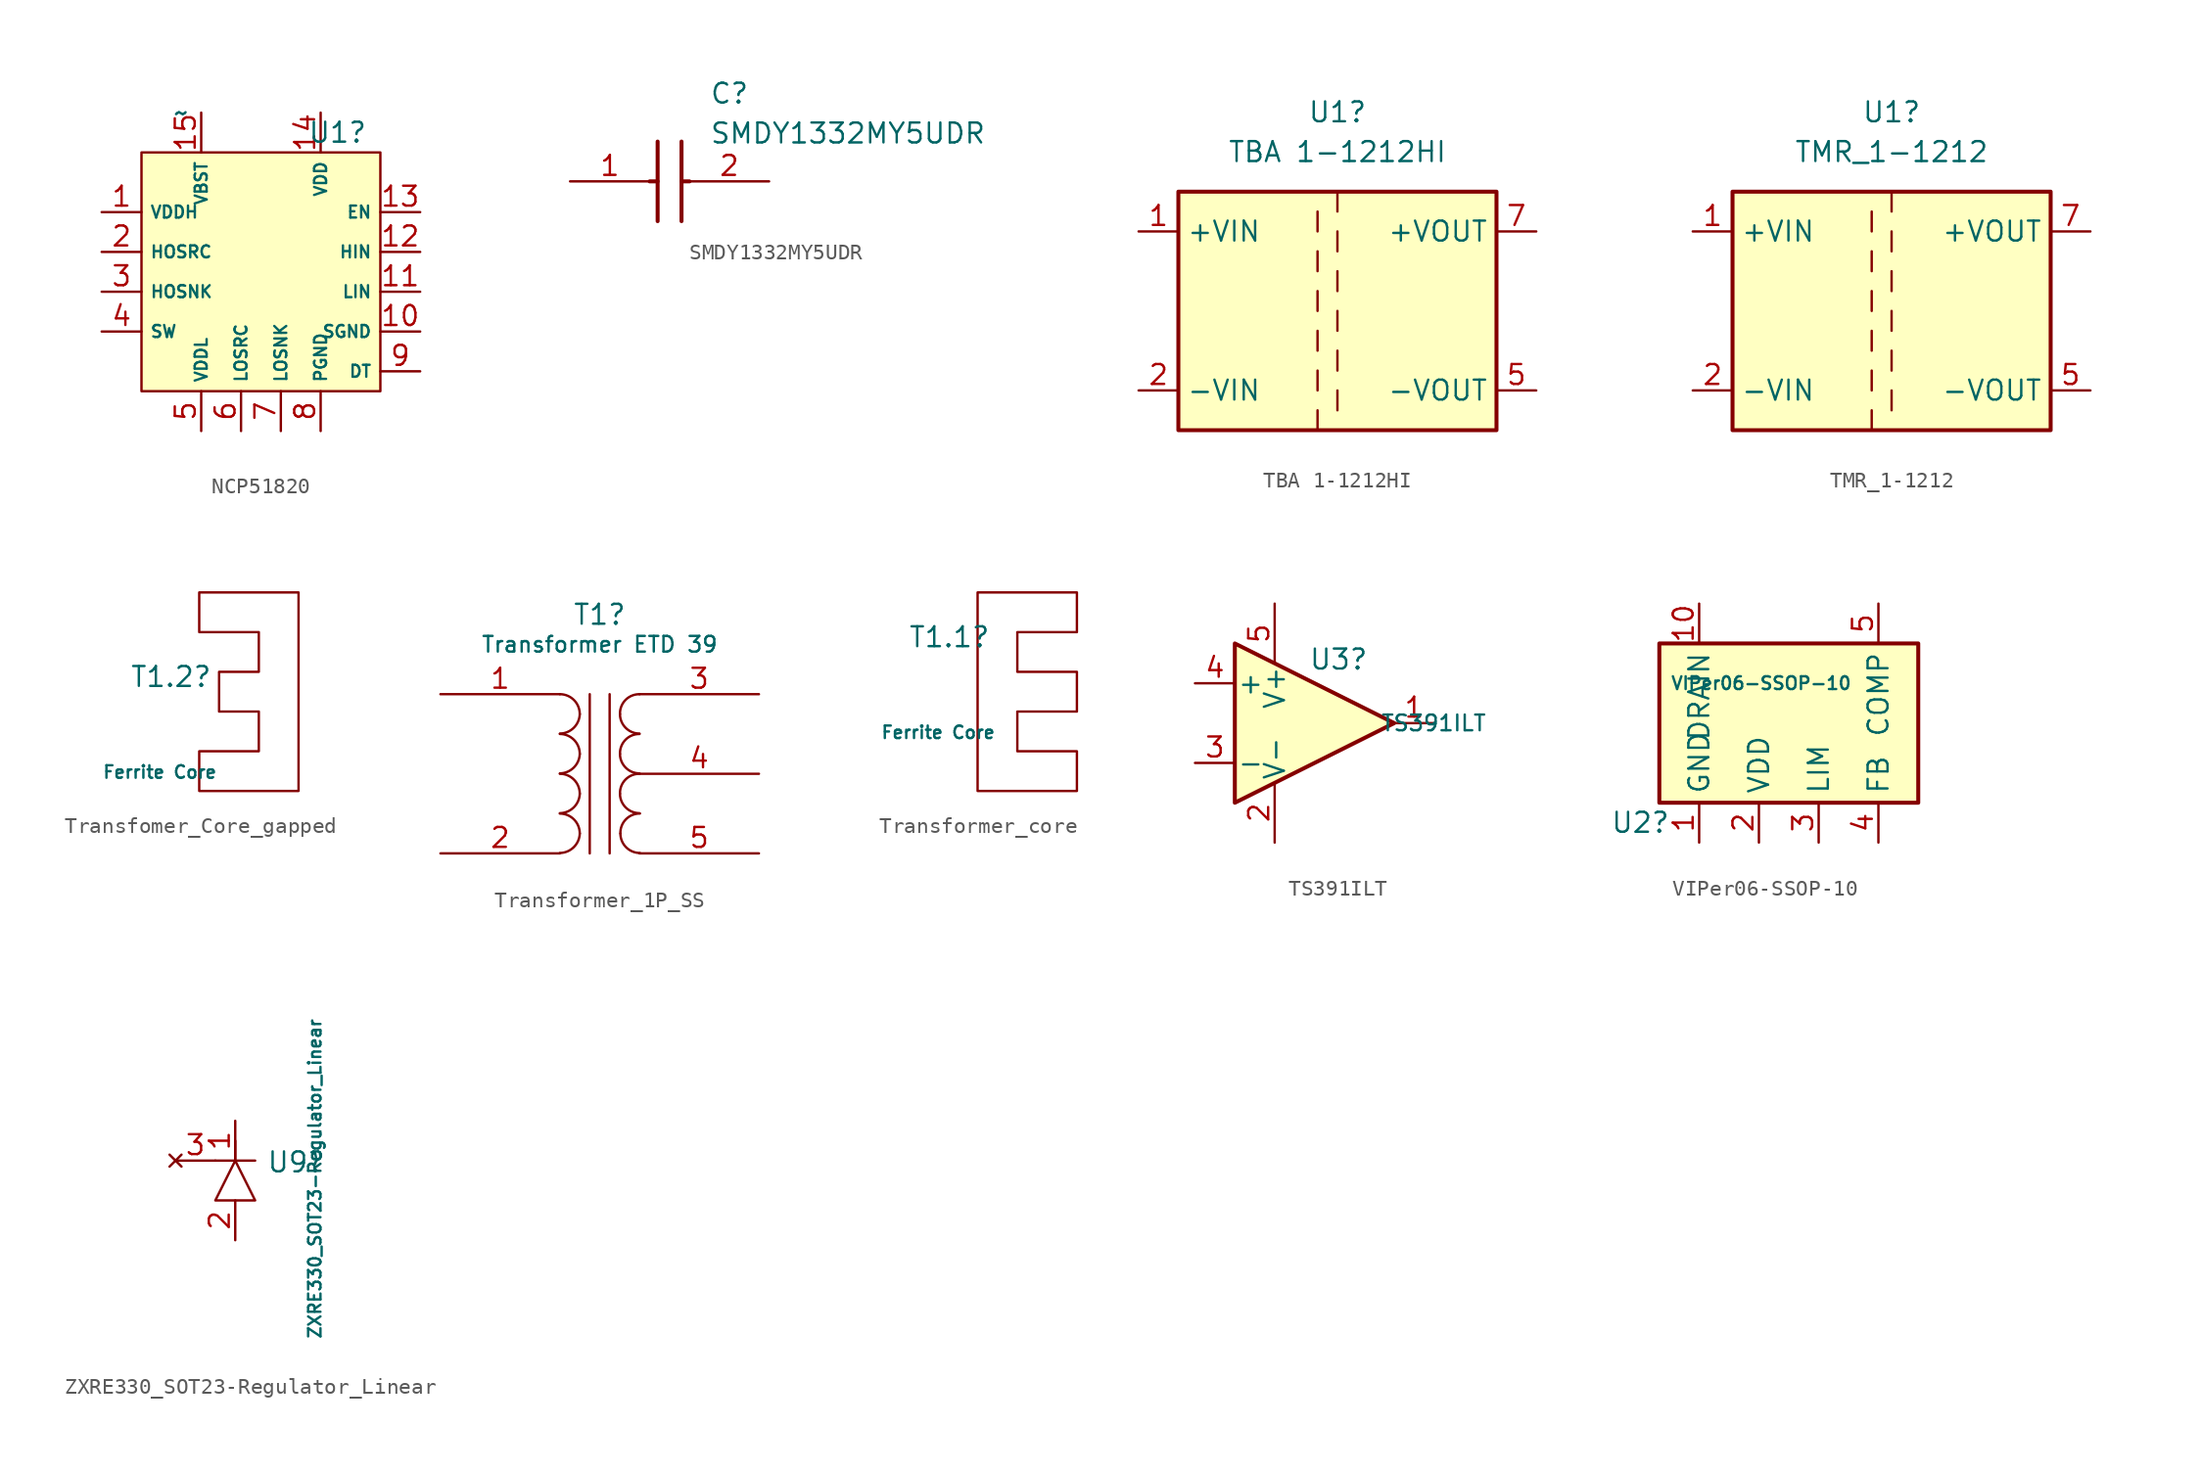
<source format=kicad_sym>
(kicad_symbol_lib
  (version 20231120)
  (generator "kicad_symbol_editor")
  (generator_version "8.0")
  (symbol "NCP51820"
    (property "Reference" "U1"
      (at 8.052 -5.08 0)
      (effects (font (size 1.27 1.27)) (justify left)))
    (property "Value" "~"
      (at 0 -3.81 0)
      (effects (font (size 1.27 1.27))))
    (symbol "NCP51820_1_1"
      (rectangle (start -2.54 -6.35) (end 12.7 -21.59) (stroke (width 0) (type default)) (fill (type background)))
      (pin input line (at -5.08 -10.16 0) (length 2.54) (name "VDDH" (effects (font (size 0.762 0.762)))) (number "1" (effects (font (size 1.27 1.27)))))
      (pin input line (at 15.24 -17.78 180) (length 2.54) (name "SGND" (effects (font (size 0.762 0.762)))) (number "10" (effects (font (size 1.27 1.27)))))
      (pin input line (at 15.24 -15.24 180) (length 2.54) (name "LIN" (effects (font (size 0.762 0.762)))) (number "11" (effects (font (size 1.27 1.27)))))
      (pin input line (at 15.24 -12.7 180) (length 2.54) (name "HIN" (effects (font (size 0.762 0.762)))) (number "12" (effects (font (size 1.27 1.27)))))
      (pin input line (at 15.24 -10.16 180) (length 2.54) (name "EN" (effects (font (size 0.762 0.762)))) (number "13" (effects (font (size 1.27 1.27)))))
      (pin input line (at 8.89 -3.81 270) (length 2.54) (name "VDD" (effects (font (size 0.762 0.762)))) (number "14" (effects (font (size 1.27 1.27)))))
      (pin input line (at 1.27 -3.81 270) (length 2.54) (name "VBST" (effects (font (size 0.762 0.762)))) (number "15" (effects (font (size 1.27 1.27)))))
      (pin output line (at -5.08 -12.7 0) (length 2.54) (name "HOSRC" (effects (font (size 0.762 0.762)))) (number "2" (effects (font (size 1.27 1.27)))))
      (pin output line (at -5.08 -15.24 0) (length 2.54) (name "HOSNK" (effects (font (size 0.762 0.762)))) (number "3" (effects (font (size 1.27 1.27)))))
      (pin bidirectional line (at -5.08 -17.78 0) (length 2.54) (name "SW" (effects (font (size 0.762 0.762)))) (number "4" (effects (font (size 1.27 1.27)))))
      (pin bidirectional line (at 1.27 -24.13 90) (length 2.54) (name "VDDL" (effects (font (size 0.762 0.762)))) (number "5" (effects (font (size 1.27 1.27)))))
      (pin bidirectional line (at 3.81 -24.13 90) (length 2.54) (name "LOSRC" (effects (font (size 0.762 0.762)))) (number "6" (effects (font (size 1.27 1.27)))))
      (pin bidirectional line (at 6.35 -24.13 90) (length 2.54) (name "LOSNK" (effects (font (size 0.762 0.762)))) (number "7" (effects (font (size 1.27 1.27)))))
      (pin bidirectional line (at 8.89 -24.13 90) (length 2.54) (name "PGND" (effects (font (size 0.762 0.762)))) (number "8" (effects (font (size 1.27 1.27)))))
      (pin input line (at 15.24 -20.32 180) (length 2.54) (name "DT" (effects (font (size 0.762 0.762)))) (number "9" (effects (font (size 1.27 1.27)))))))
  (symbol "SMDY1332MY5UDR"
    (pin_names hide)
    (property "Reference" "C"
      (at 8.89 6.35 0)
      (effects (font (size 1.27 1.27)) (justify left top)))
    (property "Value" "SMDY1332MY5UDR"
      (at 8.89 3.81 0)
      (effects (font (size 1.27 1.27)) (justify left top)))
    (symbol "SMDY1332MY5UDR_1_1"
      (polyline (pts (xy 5.08 0) (xy 5.588 0)) (stroke (width 0.254) (type default)) (fill (type none)))
      (polyline (pts (xy 5.588 2.54) (xy 5.588 -2.54)) (stroke (width 0.254) (type default)) (fill (type none)))
      (polyline (pts (xy 7.112 0) (xy 7.62 0)) (stroke (width 0.254) (type default)) (fill (type none)))
      (polyline (pts (xy 7.112 2.54) (xy 7.112 -2.54)) (stroke (width 0.254) (type default)) (fill (type none)))
      (pin passive line (at 0 0 0) (length 5.08) (name "1" (effects (font (size 1.27 1.27)))) (number "1" (effects (font (size 1.27 1.27)))))
      (pin passive line (at 12.7 0 180) (length 5.08) (name "2" (effects (font (size 1.27 1.27)))) (number "2" (effects (font (size 1.27 1.27)))))))
  (symbol "TBA 1-1212HI"
    (property "Reference" "U1"
      (at 0 12.7 0)
      (effects (font (size 1.27 1.27))))
    (property "Value" "TBA 1-1212HI"
      (at 0 10.16 0)
      (effects (font (size 1.27 1.27))))
    (symbol "TBA 1-1212HI_0_1"
      (rectangle (start -10.16 7.62) (end 10.16 -7.62) (stroke (width 0.254) (type default)) (fill (type background)))
      (polyline (pts (xy -1.27 -7.62) (xy -1.27 -6.35)) (stroke (width 0) (type default)) (fill (type none)))
      (polyline (pts (xy -1.27 -5.08) (xy -1.27 -3.81)) (stroke (width 0) (type default)) (fill (type none)))
      (polyline (pts (xy -1.27 -2.54) (xy -1.27 -1.27)) (stroke (width 0) (type default)) (fill (type none)))
      (polyline (pts (xy -1.27 0) (xy -1.27 1.27)) (stroke (width 0) (type default)) (fill (type none)))
      (polyline (pts (xy -1.27 2.54) (xy -1.27 3.81)) (stroke (width 0) (type default)) (fill (type none)))
      (polyline (pts (xy -1.27 5.08) (xy -1.27 6.35)) (stroke (width 0) (type default)) (fill (type none)))
      (polyline (pts (xy 0 -5.08) (xy 0 -6.35)) (stroke (width 0) (type default)) (fill (type none)))
      (polyline (pts (xy 0 -2.54) (xy 0 -3.81)) (stroke (width 0) (type default)) (fill (type none)))
      (polyline (pts (xy 0 0) (xy 0 -1.27)) (stroke (width 0) (type default)) (fill (type none)))
      (polyline (pts (xy 0 2.54) (xy 0 1.27)) (stroke (width 0) (type default)) (fill (type none)))
      (polyline (pts (xy 0 5.08) (xy 0 3.81)) (stroke (width 0) (type default)) (fill (type none)))
      (polyline (pts (xy 0 7.62) (xy 0 6.35)) (stroke (width 0) (type default)) (fill (type none))))
    (symbol "TBA 1-1212HI_1_1"
      (pin power_in line (at -12.7 5.08 0) (length 2.54) (name "+VIN" (effects (font (size 1.27 1.27)))) (number "1" (effects (font (size 1.27 1.27)))))
      (pin power_in line (at -12.7 -5.08 0) (length 2.54) (name "-VIN" (effects (font (size 1.27 1.27)))) (number "2" (effects (font (size 1.27 1.27)))))
      (pin power_out line (at 12.7 -5.08 180) (length 2.54) (name "-VOUT" (effects (font (size 1.27 1.27)))) (number "5" (effects (font (size 1.27 1.27)))))
      (pin power_out line (at 12.7 5.08 180) (length 2.54) (name "+VOUT" (effects (font (size 1.27 1.27)))) (number "7" (effects (font (size 1.27 1.27)))))))
  (symbol "TMR_1-1212"
    (property "Reference" "U1"
      (at 0 12.7 0)
      (effects (font (size 1.27 1.27))))
    (property "Value" "TMR_1-1212"
      (at 0 10.16 0)
      (effects (font (size 1.27 1.27))))
    (symbol "TMR_1-1212_0_1"
      (rectangle (start -10.16 7.62) (end 10.16 -7.62) (stroke (width 0.254) (type default)) (fill (type background)))
      (polyline (pts (xy -1.27 -7.62) (xy -1.27 -6.35)) (stroke (width 0) (type default)) (fill (type none)))
      (polyline (pts (xy -1.27 -5.08) (xy -1.27 -3.81)) (stroke (width 0) (type default)) (fill (type none)))
      (polyline (pts (xy -1.27 -2.54) (xy -1.27 -1.27)) (stroke (width 0) (type default)) (fill (type none)))
      (polyline (pts (xy -1.27 0) (xy -1.27 1.27)) (stroke (width 0) (type default)) (fill (type none)))
      (polyline (pts (xy -1.27 2.54) (xy -1.27 3.81)) (stroke (width 0) (type default)) (fill (type none)))
      (polyline (pts (xy -1.27 5.08) (xy -1.27 6.35)) (stroke (width 0) (type default)) (fill (type none)))
      (polyline (pts (xy 0 -5.08) (xy 0 -6.35)) (stroke (width 0) (type default)) (fill (type none)))
      (polyline (pts (xy 0 -2.54) (xy 0 -3.81)) (stroke (width 0) (type default)) (fill (type none)))
      (polyline (pts (xy 0 0) (xy 0 -1.27)) (stroke (width 0) (type default)) (fill (type none)))
      (polyline (pts (xy 0 2.54) (xy 0 1.27)) (stroke (width 0) (type default)) (fill (type none)))
      (polyline (pts (xy 0 5.08) (xy 0 3.81)) (stroke (width 0) (type default)) (fill (type none)))
      (polyline (pts (xy 0 7.62) (xy 0 6.35)) (stroke (width 0) (type default)) (fill (type none))))
    (symbol "TMR_1-1212_1_1"
      (pin power_in line (at -12.7 5.08 0) (length 2.54) (name "+VIN" (effects (font (size 1.27 1.27)))) (number "1" (effects (font (size 1.27 1.27)))))
      (pin power_in line (at -12.7 -5.08 0) (length 2.54) (name "-VIN" (effects (font (size 1.27 1.27)))) (number "2" (effects (font (size 1.27 1.27)))))
      (pin power_out line (at 12.7 -5.08 180) (length 2.54) (name "-VOUT" (effects (font (size 1.27 1.27)))) (number "5" (effects (font (size 1.27 1.27)))))
      (pin power_out line (at 12.7 5.08 180) (length 2.54) (name "+VOUT" (effects (font (size 1.27 1.27)))) (number "7" (effects (font (size 1.27 1.27)))))))
  (symbol "Transfomer_Core_gapped"
    (pin_numbers hide)
    (pin_names
      (offset 0))
    (property "Reference" "T1.2"
      (at -6.985 0.953 0)
      (effects (font (size 1.27 1.27)) (justify left)))
    (property "Value" "Ferrite Core"
      (at -8.763 -5.143 0)
      (effects (font (size 0.8 0.8)) (justify left)))
    (symbol "Transfomer_Core_gapped_0_1"
      (polyline (pts (xy 3.81 -6.35) (xy 3.81 6.35) (xy -2.54 6.35) (xy -2.54 3.81) (xy 1.27 3.81) (xy 1.27 1.27) (xy -1.27 1.27) (xy -1.27 -1.27) (xy 1.27 -1.27) (xy 1.27 -3.81) (xy -2.54 -3.81) (xy -2.54 -6.35) (xy 3.81 -6.35)) (stroke (width 0) (type default)) (fill (type none)))))
  (symbol "Transformer_1P_SS"
    (pin_names
      (offset 1.016) hide)
    (property "Reference" "T1"
      (at 0 10.16 0)
      (effects (font (size 1.27 1.27))))
    (property "Value" "Transformer ETD 39"
      (at 0 8.255 0)
      (effects (font (size 1 1))))
    (symbol "Transformer_1P_SS_0_1"
      (arc (start -2.54 -5.0546) (mid -1.6561 -4.6863) (end -1.27 -3.81) (stroke (width 0) (type default)) (fill (type none)))
      (arc (start -2.54 -2.5146) (mid -1.6561 -2.1463) (end -1.27 -1.27) (stroke (width 0) (type default)) (fill (type none)))
      (arc (start -2.54 0.0254) (mid -1.6561 0.3937) (end -1.27 1.27) (stroke (width 0) (type default)) (fill (type none)))
      (arc (start -2.54 2.5654) (mid -1.6561 2.9337) (end -1.27 3.81) (stroke (width 0) (type default)) (fill (type none)))
      (arc (start -1.27 -3.81) (mid -1.642 -2.912) (end -2.54 -2.54) (stroke (width 0) (type default)) (fill (type none)))
      (arc (start -1.27 -1.27) (mid -1.642 -0.372) (end -2.54 0) (stroke (width 0) (type default)) (fill (type none)))
      (arc (start -1.27 1.27) (mid -1.642 2.168) (end -2.54 2.54) (stroke (width 0) (type default)) (fill (type none)))
      (arc (start -1.27 3.81) (mid -1.642 4.708) (end -2.54 5.08) (stroke (width 0) (type default)) (fill (type none)))
      (polyline (pts (xy -0.635 5.08) (xy -0.635 -5.08)) (stroke (width 0) (type default)) (fill (type none)))
      (polyline (pts (xy 0.635 -5.08) (xy 0.635 5.08)) (stroke (width 0) (type default)) (fill (type none)))
      (arc (start 1.2954 -1.27) (mid 1.6599 -2.1501) (end 2.54 -2.5146) (stroke (width 0) (type default)) (fill (type none)))
      (arc (start 1.2954 1.27) (mid 1.6599 0.3899) (end 2.54 0.0254) (stroke (width 0) (type default)) (fill (type none)))
      (arc (start 1.2954 3.81) (mid 1.6599 2.9299) (end 2.54 2.5654) (stroke (width 0) (type default)) (fill (type none)))
      (arc (start 1.3208 -3.81) (mid 1.6853 -4.6901) (end 2.5654 -5.0546) (stroke (width 0) (type default)) (fill (type none)))
      (arc (start 2.54 0) (mid 1.6456 -0.3683) (end 1.2954 -1.27) (stroke (width 0) (type default)) (fill (type none)))
      (arc (start 2.54 2.54) (mid 1.6456 2.1717) (end 1.2954 1.27) (stroke (width 0) (type default)) (fill (type none)))
      (arc (start 2.54 5.08) (mid 1.6456 4.7117) (end 1.2954 3.81) (stroke (width 0) (type default)) (fill (type none)))
      (arc (start 2.5654 -2.54) (mid 1.671 -2.9083) (end 1.3208 -3.81) (stroke (width 0) (type default)) (fill (type none))))
    (symbol "Transformer_1P_SS_1_1"
      (pin passive line (at -10.16 5.08 0) (length 7.62) (name "AA" (effects (font (size 1.27 1.27)))) (number "1" (effects (font (size 1.27 1.27)))))
      (pin passive line (at -10.16 -5.08 0) (length 7.62) (name "AB" (effects (font (size 1.27 1.27)))) (number "2" (effects (font (size 1.27 1.27)))))
      (pin passive line (at 10.16 5.08 180) (length 7.62) (name "SB" (effects (font (size 1.27 1.27)))) (number "3" (effects (font (size 1.27 1.27)))))
      (pin passive line (at 10.16 0 180) (length 7.62) (name "SC" (effects (font (size 1.27 1.27)))) (number "4" (effects (font (size 1.27 1.27)))))
      (pin passive line (at 10.16 -5.08 180) (length 7.62) (name "SA" (effects (font (size 1.27 1.27)))) (number "5" (effects (font (size 1.27 1.27)))))))
  (symbol "Transformer_core"
    (pin_numbers hide)
    (pin_names
      (offset 0))
    (property "Reference" "T1.1"
      (at -6.985 0.953 0)
      (effects (font (size 1.27 1.27)) (justify left)))
    (property "Value" "Ferrite Core"
      (at -8.763 -5.143 0)
      (effects (font (size 0.8 0.8)) (justify left)))
    (symbol "Transformer_core_0_1"
      (polyline (pts (xy -2.54 3.81) (xy -2.54 -8.89) (xy 3.81 -8.89) (xy 3.81 -6.35) (xy 0 -6.35) (xy 0 -3.81) (xy 3.81 -3.81) (xy 3.81 -1.27) (xy 0 -1.27) (xy 0 1.27) (xy 3.81 1.27) (xy 3.81 3.81) (xy -2.54 3.81)) (stroke (width 0) (type default)) (fill (type none)))))
  (symbol "TS391ILT"
    (pin_names
      (offset 0.127))
    (property "Reference" "U3"
      (at -0.381 4.064 0)
      (effects (font (size 1.27 1.27)) (justify left)))
    (property "Value" "TS391ILT"
      (at 4.191 0 0)
      (effects (font (size 1 1)) (justify left)))
    (symbol "TS391ILT_0_1"
      (polyline (pts (xy -5.08 5.08) (xy 5.08 0) (xy -5.08 -5.08) (xy -5.08 5.08)) (stroke (width 0.254) (type default)) (fill (type background)))
      (pin power_in line (at -2.54 -7.62 90) (length 3.81) (name "V-" (effects (font (size 1.27 1.27)))) (number "2" (effects (font (size 1.27 1.27)))))
      (pin power_in line (at -2.54 7.62 270) (length 3.81) (name "V+" (effects (font (size 1.27 1.27)))) (number "5" (effects (font (size 1.27 1.27))))))
    (symbol "TS391ILT_1_1"
      (pin output line (at 7.62 0 180) (length 2.54) (name "~" (effects (font (size 1.27 1.27)))) (number "1" (effects (font (size 1.27 1.27)))))
      (pin input line (at -7.62 -2.54 0) (length 2.54) (name "-" (effects (font (size 1.27 1.27)))) (number "3" (effects (font (size 1.27 1.27)))))
      (pin input line (at -7.62 2.54 0) (length 2.54) (name "+" (effects (font (size 1.27 1.27)))) (number "4" (effects (font (size 1.27 1.27)))))))
  (symbol "VIPer06-SSOP-10"
    (property "Reference" "U2"
      (at -12.014 -8.89 0)
      (effects (font (size 1.27 1.27)) (justify left)))
    (property "Value" "VIPer06-SSOP-10"
      (at -8.204 0 0)
      (effects (font (size 0.813 0.813)) (justify left)))
    (symbol "VIPer06-SSOP-10_1_1"
      (rectangle (start -8.89 2.54) (end 7.62 -7.62) (stroke (width 0.254) (type default)) (fill (type background)))
      (pin power_in line (at -6.35 -10.16 90) (length 2.54) (name "GND" (effects (font (size 1.27 1.27)))) (number "1" (effects (font (size 1.27 1.27)))))
      (pin passive line (at -6.35 5.08 270) (length 2.54) (name "DRAIN" (effects (font (size 1.27 1.27)))) (number "10" (effects (font (size 1.27 1.27)))))
      (pin power_in line (at -2.54 -10.16 90) (length 2.54) (name "VDD" (effects (font (size 1.27 1.27)))) (number "2" (effects (font (size 1.27 1.27)))))
      (pin passive line (at 1.27 -10.16 90) (length 2.54) (name "LIM" (effects (font (size 1.27 1.27)))) (number "3" (effects (font (size 1.27 1.27)))))
      (pin input line (at 5.08 -10.16 90) (length 2.54) (name "FB" (effects (font (size 1.27 1.27)))) (number "4" (effects (font (size 1.27 1.27)))))
      (pin passive line (at 5.08 5.08 270) (length 2.54) (name "COMP" (effects (font (size 1.27 1.27)))) (number "5" (effects (font (size 1.27 1.27)))))
      (pin passive line (at -6.35 5.08 270) (length 2.54) hide (name "DRAIN" (effects (font (size 1.27 1.27)))) (number "6" (effects (font (size 1.27 1.27)))))
      (pin passive line (at -6.35 5.08 270) (length 2.54) hide (name "DRAIN" (effects (font (size 1.27 1.27)))) (number "7" (effects (font (size 1.27 1.27)))))
      (pin passive line (at -6.35 5.08 270) (length 2.54) hide (name "DRAIN" (effects (font (size 1.27 1.27)))) (number "8" (effects (font (size 1.27 1.27)))))
      (pin passive line (at -6.35 5.08 270) (length 2.54) hide (name "DRAIN" (effects (font (size 1.27 1.27)))) (number "9" (effects (font (size 1.27 1.27)))))))
  (symbol "ZXRE330_SOT23-Regulator_Linear"
    (pin_names
      (offset 0.254))
    (property "Reference" "U9"
      (at 12.141 -3.912 0)
      (effects (font (size 1.27 1.27)) (justify left)))
    (property "Value" "ZXRE330_SOT23-Regulator_Linear"
      (at 15.24 -15.24 90)
      (effects (font (size 0.787 0.787)) (justify left)))
    (symbol "ZXRE330_SOT23-Regulator_Linear_0_1"
      (polyline (pts (xy 10.16 -3.81) (xy 10.16 -2.54)) (stroke (width 0) (type default)) (fill (type none)))
      (polyline (pts (xy 11.43 -3.81) (xy 8.89 -3.81) (xy 11.43 -3.81)) (stroke (width 0) (type default)) (fill (type none)))
      (polyline (pts (xy 10.16 -3.81) (xy 8.89 -6.35) (xy 11.43 -6.35) (xy 10.16 -3.81)) (stroke (width 0) (type default)) (fill (type none))))
    (symbol "ZXRE330_SOT23-Regulator_Linear_1_1"
      (pin power_out line (at 10.16 -1.27 270) (length 2.54) (name "~" (effects (font (size 1.27 1.27)))) (number "1" (effects (font (size 1.27 1.27)))))
      (pin power_in line (at 10.16 -8.89 90) (length 2.54) (name "~" (effects (font (size 1.27 1.27)))) (number "2" (effects (font (size 1.27 1.27)))))
      (pin no_connect line (at 6.35 -3.81 0) (length 2.54) (name "~" (effects (font (size 1.27 1.27)))) (number "3" (effects (font (size 1.27 1.27))))))))
</source>
